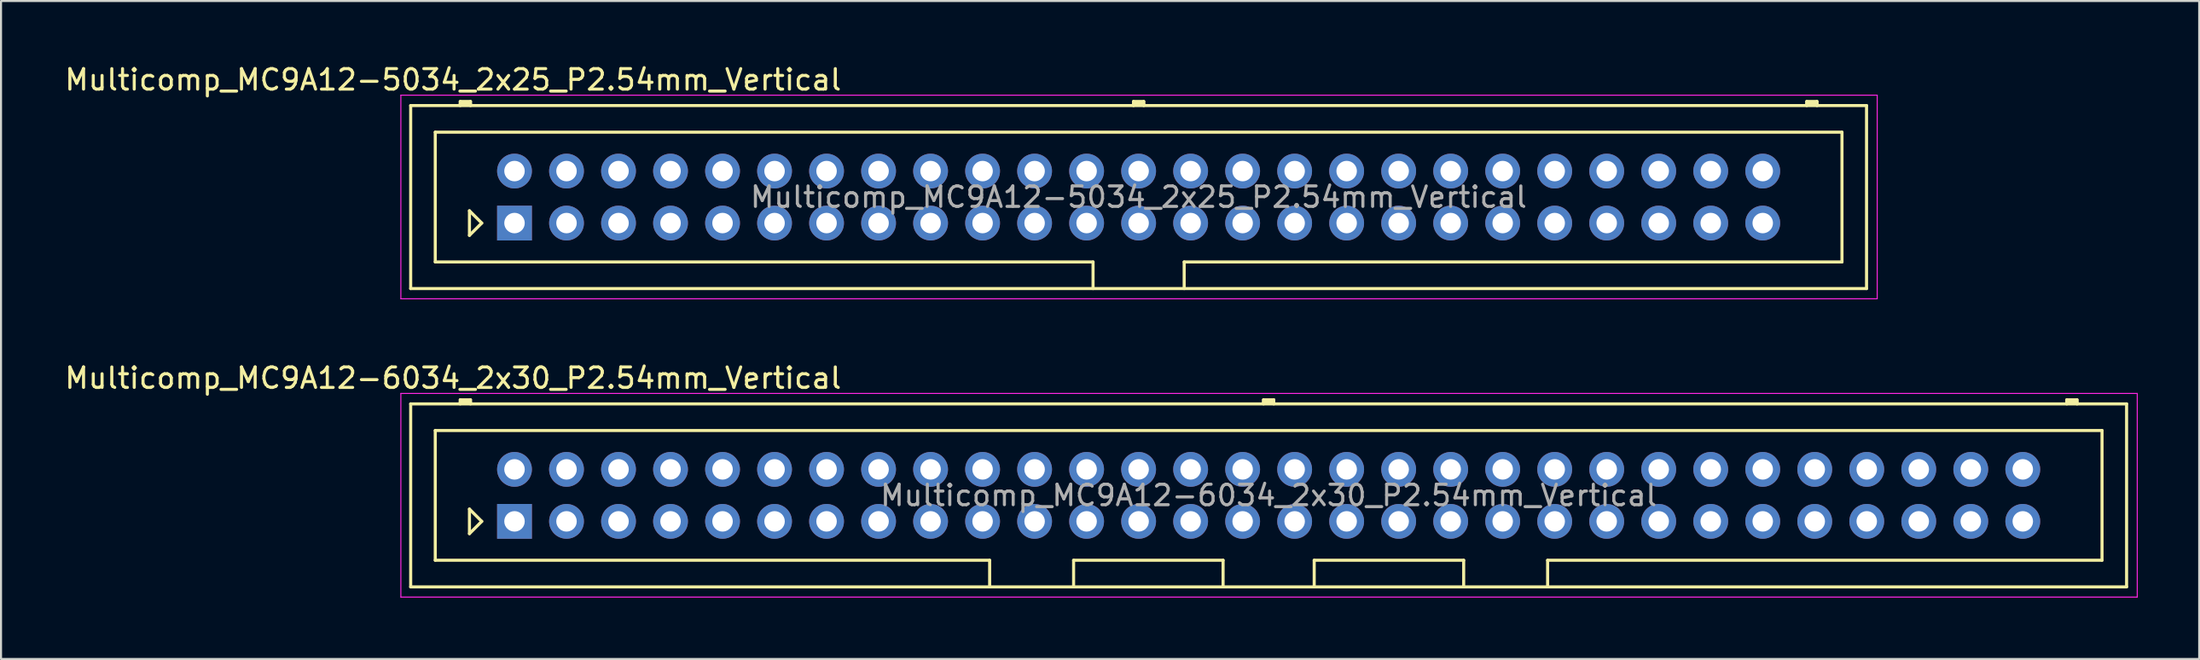
<source format=kicad_pcb>
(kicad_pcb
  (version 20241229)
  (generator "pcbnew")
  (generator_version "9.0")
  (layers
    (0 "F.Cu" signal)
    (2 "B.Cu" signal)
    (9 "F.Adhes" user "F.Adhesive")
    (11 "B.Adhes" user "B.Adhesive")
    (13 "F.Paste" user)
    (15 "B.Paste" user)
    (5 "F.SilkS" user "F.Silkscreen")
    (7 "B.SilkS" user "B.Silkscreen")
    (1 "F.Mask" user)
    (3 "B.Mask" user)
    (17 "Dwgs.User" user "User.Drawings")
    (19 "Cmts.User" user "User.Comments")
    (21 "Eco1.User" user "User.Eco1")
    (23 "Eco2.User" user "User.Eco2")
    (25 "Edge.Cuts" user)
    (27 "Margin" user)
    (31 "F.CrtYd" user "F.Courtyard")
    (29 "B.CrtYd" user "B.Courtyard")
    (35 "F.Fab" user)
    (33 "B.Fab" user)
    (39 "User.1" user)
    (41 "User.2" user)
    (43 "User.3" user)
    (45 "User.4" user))
  (footprint "Multicomp_MC9A12-5034_2x25_P2.54mm_Vertical"
    (layer "F.Cu")
    (at 22.077 7.848)
    (property "Reference" "Multicomp_MC9A12-5034_2x25_P2.54mm_Vertical" (at -3 -7 0) (layer "F.SilkS") (effects (font (size 1 1) (thickness 0.15))))
    (attr through_hole)
    (fp_line (start -5.07 -5.74) (end 66.03 -5.74) (stroke (width 0.15) (type solid)) (layer "F.SilkS"))
    (fp_line (start -5.07 3.2) (end -5.07 -5.74) (stroke (width 0.15) (type solid)) (layer "F.SilkS"))
    (fp_line (start -3.87 -4.44) (end 64.83 -4.44) (stroke (width 0.15) (type solid)) (layer "F.SilkS"))
    (fp_line (start -3.87 1.9) (end -3.87 -4.44) (stroke (width 0.15) (type solid)) (layer "F.SilkS"))
    (fp_line (start -2.65 -5.94) (end -2.15 -5.94) (stroke (width 0.15) (type solid)) (layer "F.SilkS"))
    (fp_line (start -2.65 -5.84) (end -2.15 -5.84) (stroke (width 0.15) (type solid)) (layer "F.SilkS"))
    (fp_line (start -2.65 -5.74) (end -2.65 -5.94) (stroke (width 0.15) (type solid)) (layer "F.SilkS"))
    (fp_line (start -2.2 -0.6) (end -1.6 0) (stroke (width 0.15) (type solid)) (layer "F.SilkS"))
    (fp_line (start -2.2 0.6) (end -2.2 -0.6) (stroke (width 0.15) (type solid)) (layer "F.SilkS"))
    (fp_line (start -2.15 -5.94) (end -2.15 -5.74) (stroke (width 0.15) (type solid)) (layer "F.SilkS"))
    (fp_line (start -1.6 0) (end -2.2 0.6) (stroke (width 0.15) (type solid)) (layer "F.SilkS"))
    (fp_line (start 28.255 1.9) (end -3.87 1.9) (stroke (width 0.15) (type solid)) (layer "F.SilkS"))
    (fp_line (start 28.255 3.2) (end 28.255 1.9) (stroke (width 0.15) (type solid)) (layer "F.SilkS"))
    (fp_line (start 30.23 -5.94) (end 30.73 -5.94) (stroke (width 0.15) (type solid)) (layer "F.SilkS"))
    (fp_line (start 30.23 -5.84) (end 30.73 -5.84) (stroke (width 0.15) (type solid)) (layer "F.SilkS"))
    (fp_line (start 30.23 -5.74) (end 30.23 -5.94) (stroke (width 0.15) (type solid)) (layer "F.SilkS"))
    (fp_line (start 30.73 -5.94) (end 30.73 -5.74) (stroke (width 0.15) (type solid)) (layer "F.SilkS"))
    (fp_line (start 32.705 1.9) (end 32.705 3.2) (stroke (width 0.15) (type solid)) (layer "F.SilkS"))
    (fp_line (start 63.11 -5.94) (end 63.61 -5.94) (stroke (width 0.15) (type solid)) (layer "F.SilkS"))
    (fp_line (start 63.11 -5.84) (end 63.61 -5.84) (stroke (width 0.15) (type solid)) (layer "F.SilkS"))
    (fp_line (start 63.11 -5.74) (end 63.11 -5.94) (stroke (width 0.15) (type solid)) (layer "F.SilkS"))
    (fp_line (start 63.61 -5.94) (end 63.61 -5.74) (stroke (width 0.15) (type solid)) (layer "F.SilkS"))
    (fp_line (start 64.83 -4.44) (end 64.83 1.9) (stroke (width 0.15) (type solid)) (layer "F.SilkS"))
    (fp_line (start 64.83 1.9) (end 32.705 1.9) (stroke (width 0.15) (type solid)) (layer "F.SilkS"))
    (fp_line (start 66.03 -5.74) (end 66.03 3.2) (stroke (width 0.15) (type solid)) (layer "F.SilkS"))
    (fp_line (start 66.03 3.2) (end -5.07 3.2) (stroke (width 0.15) (type solid)) (layer "F.SilkS"))
    (fp_line (start -5.55 -6.25) (end 66.55 -6.25) (stroke (width 0.05) (type solid)) (layer "F.CrtYd"))
    (fp_line (start -5.55 3.7) (end -5.55 -6.25) (stroke (width 0.05) (type solid)) (layer "F.CrtYd"))
    (fp_line (start 66.55 -6.25) (end 66.55 3.7) (stroke (width 0.05) (type solid)) (layer "F.CrtYd"))
    (fp_line (start 66.55 3.7) (end -5.55 3.7) (stroke (width 0.05) (type solid)) (layer "F.CrtYd"))
    (fp_text user "${REFERENCE}" (at 30.48 -1.27 0) (layer "F.Fab") (effects (font (size 1 1) (thickness 0.15))))
    (pad "1" thru_hole rect (at 0 0) (size 1.7 1.7) (drill 1) (layers "*.Cu" "*.Mask"))
    (pad "2" thru_hole circle (at 0 -2.54) (size 1.7 1.7) (drill 1) (layers "*.Cu" "*.Mask"))
    (pad "3" thru_hole circle (at 2.54 0) (size 1.7 1.7) (drill 1) (layers "*.Cu" "*.Mask"))
    (pad "4" thru_hole circle (at 2.54 -2.54) (size 1.7 1.7) (drill 1) (layers "*.Cu" "*.Mask"))
    (pad "5" thru_hole circle (at 5.08 0) (size 1.7 1.7) (drill 1) (layers "*.Cu" "*.Mask"))
    (pad "6" thru_hole circle (at 5.08 -2.54) (size 1.7 1.7) (drill 1) (layers "*.Cu" "*.Mask"))
    (pad "7" thru_hole circle (at 7.62 0) (size 1.7 1.7) (drill 1) (layers "*.Cu" "*.Mask"))
    (pad "8" thru_hole circle (at 7.62 -2.54) (size 1.7 1.7) (drill 1) (layers "*.Cu" "*.Mask"))
    (pad "9" thru_hole circle (at 10.16 0) (size 1.7 1.7) (drill 1) (layers "*.Cu" "*.Mask"))
    (pad "10" thru_hole circle (at 10.16 -2.54) (size 1.7 1.7) (drill 1) (layers "*.Cu" "*.Mask"))
    (pad "11" thru_hole circle (at 12.7 0) (size 1.7 1.7) (drill 1) (layers "*.Cu" "*.Mask"))
    (pad "12" thru_hole circle (at 12.7 -2.54) (size 1.7 1.7) (drill 1) (layers "*.Cu" "*.Mask"))
    (pad "13" thru_hole circle (at 15.24 0) (size 1.7 1.7) (drill 1) (layers "*.Cu" "*.Mask"))
    (pad "14" thru_hole circle (at 15.24 -2.54) (size 1.7 1.7) (drill 1) (layers "*.Cu" "*.Mask"))
    (pad "15" thru_hole circle (at 17.78 0) (size 1.7 1.7) (drill 1) (layers "*.Cu" "*.Mask"))
    (pad "16" thru_hole circle (at 17.78 -2.54) (size 1.7 1.7) (drill 1) (layers "*.Cu" "*.Mask"))
    (pad "17" thru_hole circle (at 20.32 0) (size 1.7 1.7) (drill 1) (layers "*.Cu" "*.Mask"))
    (pad "18" thru_hole circle (at 20.32 -2.54) (size 1.7 1.7) (drill 1) (layers "*.Cu" "*.Mask"))
    (pad "19" thru_hole circle (at 22.86 0) (size 1.7 1.7) (drill 1) (layers "*.Cu" "*.Mask"))
    (pad "20" thru_hole circle (at 22.86 -2.54) (size 1.7 1.7) (drill 1) (layers "*.Cu" "*.Mask"))
    (pad "21" thru_hole circle (at 25.4 0) (size 1.7 1.7) (drill 1) (layers "*.Cu" "*.Mask"))
    (pad "22" thru_hole circle (at 25.4 -2.54) (size 1.7 1.7) (drill 1) (layers "*.Cu" "*.Mask"))
    (pad "23" thru_hole circle (at 27.94 0) (size 1.7 1.7) (drill 1) (layers "*.Cu" "*.Mask"))
    (pad "24" thru_hole circle (at 27.94 -2.54) (size 1.7 1.7) (drill 1) (layers "*.Cu" "*.Mask"))
    (pad "25" thru_hole circle (at 30.48 0) (size 1.7 1.7) (drill 1) (layers "*.Cu" "*.Mask"))
    (pad "26" thru_hole circle (at 30.48 -2.54) (size 1.7 1.7) (drill 1) (layers "*.Cu" "*.Mask"))
    (pad "27" thru_hole circle (at 33.02 0) (size 1.7 1.7) (drill 1) (layers "*.Cu" "*.Mask"))
    (pad "28" thru_hole circle (at 33.02 -2.54) (size 1.7 1.7) (drill 1) (layers "*.Cu" "*.Mask"))
    (pad "29" thru_hole circle (at 35.56 0) (size 1.7 1.7) (drill 1) (layers "*.Cu" "*.Mask"))
    (pad "30" thru_hole circle (at 35.56 -2.54) (size 1.7 1.7) (drill 1) (layers "*.Cu" "*.Mask"))
    (pad "31" thru_hole circle (at 38.1 0) (size 1.7 1.7) (drill 1) (layers "*.Cu" "*.Mask"))
    (pad "32" thru_hole circle (at 38.1 -2.54) (size 1.7 1.7) (drill 1) (layers "*.Cu" "*.Mask"))
    (pad "33" thru_hole circle (at 40.64 0) (size 1.7 1.7) (drill 1) (layers "*.Cu" "*.Mask"))
    (pad "34" thru_hole circle (at 40.64 -2.54) (size 1.7 1.7) (drill 1) (layers "*.Cu" "*.Mask"))
    (pad "35" thru_hole circle (at 43.18 0) (size 1.7 1.7) (drill 1) (layers "*.Cu" "*.Mask"))
    (pad "36" thru_hole circle (at 43.18 -2.54) (size 1.7 1.7) (drill 1) (layers "*.Cu" "*.Mask"))
    (pad "37" thru_hole circle (at 45.72 0) (size 1.7 1.7) (drill 1) (layers "*.Cu" "*.Mask"))
    (pad "38" thru_hole circle (at 45.72 -2.54) (size 1.7 1.7) (drill 1) (layers "*.Cu" "*.Mask"))
    (pad "39" thru_hole circle (at 48.26 0) (size 1.7 1.7) (drill 1) (layers "*.Cu" "*.Mask"))
    (pad "40" thru_hole circle (at 48.26 -2.54) (size 1.7 1.7) (drill 1) (layers "*.Cu" "*.Mask"))
    (pad "41" thru_hole circle (at 50.8 0) (size 1.7 1.7) (drill 1) (layers "*.Cu" "*.Mask"))
    (pad "42" thru_hole circle (at 50.8 -2.54) (size 1.7 1.7) (drill 1) (layers "*.Cu" "*.Mask"))
    (pad "43" thru_hole circle (at 53.34 0) (size 1.7 1.7) (drill 1) (layers "*.Cu" "*.Mask"))
    (pad "44" thru_hole circle (at 53.34 -2.54) (size 1.7 1.7) (drill 1) (layers "*.Cu" "*.Mask"))
    (pad "45" thru_hole circle (at 55.88 0) (size 1.7 1.7) (drill 1) (layers "*.Cu" "*.Mask"))
    (pad "46" thru_hole circle (at 55.88 -2.54) (size 1.7 1.7) (drill 1) (layers "*.Cu" "*.Mask"))
    (pad "47" thru_hole circle (at 58.42 0) (size 1.7 1.7) (drill 1) (layers "*.Cu" "*.Mask"))
    (pad "48" thru_hole circle (at 58.42 -2.54) (size 1.7 1.7) (drill 1) (layers "*.Cu" "*.Mask"))
    (pad "49" thru_hole circle (at 60.96 0) (size 1.7 1.7) (drill 1) (layers "*.Cu" "*.Mask"))
    (pad "50" thru_hole circle (at 60.96 -2.54) (size 1.7 1.7) (drill 1) (layers "*.Cu" "*.Mask")))
  (footprint "Multicomp_MC9A12-6034_2x30_P2.54mm_Vertical"
    (layer "F.Cu")
    (at 22.077 22.422)
    (property "Reference" "Multicomp_MC9A12-6034_2x30_P2.54mm_Vertical" (at -3 -7 0) (layer "F.SilkS") (effects (font (size 1 1) (thickness 0.15))))
    (attr through_hole)
    (fp_line (start -5.07 -5.74) (end 78.73 -5.74) (stroke (width 0.15) (type solid)) (layer "F.SilkS"))
    (fp_line (start -5.07 3.2) (end -5.07 -5.74) (stroke (width 0.15) (type solid)) (layer "F.SilkS"))
    (fp_line (start -3.87 -4.44) (end 77.53 -4.44) (stroke (width 0.15) (type solid)) (layer "F.SilkS"))
    (fp_line (start -3.87 1.9) (end -3.87 -4.44) (stroke (width 0.15) (type solid)) (layer "F.SilkS"))
    (fp_line (start -2.65 -5.94) (end -2.15 -5.94) (stroke (width 0.15) (type solid)) (layer "F.SilkS"))
    (fp_line (start -2.65 -5.84) (end -2.15 -5.84) (stroke (width 0.15) (type solid)) (layer "F.SilkS"))
    (fp_line (start -2.65 -5.74) (end -2.65 -5.94) (stroke (width 0.15) (type solid)) (layer "F.SilkS"))
    (fp_line (start -2.2 -0.6) (end -1.6 0) (stroke (width 0.15) (type solid)) (layer "F.SilkS"))
    (fp_line (start -2.2 0.6) (end -2.2 -0.6) (stroke (width 0.15) (type solid)) (layer "F.SilkS"))
    (fp_line (start -2.15 -5.94) (end -2.15 -5.74) (stroke (width 0.15) (type solid)) (layer "F.SilkS"))
    (fp_line (start -1.6 0) (end -2.2 0.6) (stroke (width 0.15) (type solid)) (layer "F.SilkS"))
    (fp_line (start 23.205 1.9) (end -3.87 1.9) (stroke (width 0.15) (type solid)) (layer "F.SilkS"))
    (fp_line (start 23.205 3.2) (end 23.205 1.9) (stroke (width 0.15) (type solid)) (layer "F.SilkS"))
    (fp_line (start 27.305 1.9) (end 34.605 1.9) (stroke (width 0.15) (type solid)) (layer "F.SilkS"))
    (fp_line (start 27.305 3.2) (end 27.305 1.9) (stroke (width 0.15) (type solid)) (layer "F.SilkS"))
    (fp_line (start 34.605 1.9) (end 34.605 3.2) (stroke (width 0.15) (type solid)) (layer "F.SilkS"))
    (fp_line (start 36.58 -5.94) (end 37.08 -5.94) (stroke (width 0.15) (type solid)) (layer "F.SilkS"))
    (fp_line (start 36.58 -5.84) (end 37.08 -5.84) (stroke (width 0.15) (type solid)) (layer "F.SilkS"))
    (fp_line (start 36.58 -5.74) (end 36.58 -5.94) (stroke (width 0.15) (type solid)) (layer "F.SilkS"))
    (fp_line (start 37.08 -5.94) (end 37.08 -5.74) (stroke (width 0.15) (type solid)) (layer "F.SilkS"))
    (fp_line (start 39.055 1.9) (end 39.055 3.2) (stroke (width 0.15) (type solid)) (layer "F.SilkS"))
    (fp_line (start 46.355 1.9) (end 39.055 1.9) (stroke (width 0.15) (type solid)) (layer "F.SilkS"))
    (fp_line (start 46.355 3.2) (end 46.355 1.9) (stroke (width 0.15) (type solid)) (layer "F.SilkS"))
    (fp_line (start 50.455 1.9) (end 50.455 3.2) (stroke (width 0.15) (type solid)) (layer "F.SilkS"))
    (fp_line (start 75.81 -5.94) (end 76.31 -5.94) (stroke (width 0.15) (type solid)) (layer "F.SilkS"))
    (fp_line (start 75.81 -5.84) (end 76.31 -5.84) (stroke (width 0.15) (type solid)) (layer "F.SilkS"))
    (fp_line (start 75.81 -5.74) (end 75.81 -5.94) (stroke (width 0.15) (type solid)) (layer "F.SilkS"))
    (fp_line (start 76.31 -5.94) (end 76.31 -5.74) (stroke (width 0.15) (type solid)) (layer "F.SilkS"))
    (fp_line (start 77.53 -4.44) (end 77.53 1.9) (stroke (width 0.15) (type solid)) (layer "F.SilkS"))
    (fp_line (start 77.53 1.9) (end 50.455 1.9) (stroke (width 0.15) (type solid)) (layer "F.SilkS"))
    (fp_line (start 78.73 -5.74) (end 78.73 3.2) (stroke (width 0.15) (type solid)) (layer "F.SilkS"))
    (fp_line (start 78.73 3.2) (end -5.07 3.2) (stroke (width 0.15) (type solid)) (layer "F.SilkS"))
    (fp_line (start -5.55 -6.25) (end 79.25 -6.25) (stroke (width 0.05) (type solid)) (layer "F.CrtYd"))
    (fp_line (start -5.55 3.7) (end -5.55 -6.25) (stroke (width 0.05) (type solid)) (layer "F.CrtYd"))
    (fp_line (start 79.25 -6.25) (end 79.25 3.7) (stroke (width 0.05) (type solid)) (layer "F.CrtYd"))
    (fp_line (start 79.25 3.7) (end -5.55 3.7) (stroke (width 0.05) (type solid)) (layer "F.CrtYd"))
    (fp_text user "${REFERENCE}" (at 36.83 -1.27 0) (layer "F.Fab") (effects (font (size 1 1) (thickness 0.15))))
    (pad "1" thru_hole rect (at 0 0) (size 1.7 1.7) (drill 1) (layers "*.Cu" "*.Mask"))
    (pad "2" thru_hole circle (at 0 -2.54) (size 1.7 1.7) (drill 1) (layers "*.Cu" "*.Mask"))
    (pad "3" thru_hole circle (at 2.54 0) (size 1.7 1.7) (drill 1) (layers "*.Cu" "*.Mask"))
    (pad "4" thru_hole circle (at 2.54 -2.54) (size 1.7 1.7) (drill 1) (layers "*.Cu" "*.Mask"))
    (pad "5" thru_hole circle (at 5.08 0) (size 1.7 1.7) (drill 1) (layers "*.Cu" "*.Mask"))
    (pad "6" thru_hole circle (at 5.08 -2.54) (size 1.7 1.7) (drill 1) (layers "*.Cu" "*.Mask"))
    (pad "7" thru_hole circle (at 7.62 0) (size 1.7 1.7) (drill 1) (layers "*.Cu" "*.Mask"))
    (pad "8" thru_hole circle (at 7.62 -2.54) (size 1.7 1.7) (drill 1) (layers "*.Cu" "*.Mask"))
    (pad "9" thru_hole circle (at 10.16 0) (size 1.7 1.7) (drill 1) (layers "*.Cu" "*.Mask"))
    (pad "10" thru_hole circle (at 10.16 -2.54) (size 1.7 1.7) (drill 1) (layers "*.Cu" "*.Mask"))
    (pad "11" thru_hole circle (at 12.7 0) (size 1.7 1.7) (drill 1) (layers "*.Cu" "*.Mask"))
    (pad "12" thru_hole circle (at 12.7 -2.54) (size 1.7 1.7) (drill 1) (layers "*.Cu" "*.Mask"))
    (pad "13" thru_hole circle (at 15.24 0) (size 1.7 1.7) (drill 1) (layers "*.Cu" "*.Mask"))
    (pad "14" thru_hole circle (at 15.24 -2.54) (size 1.7 1.7) (drill 1) (layers "*.Cu" "*.Mask"))
    (pad "15" thru_hole circle (at 17.78 0) (size 1.7 1.7) (drill 1) (layers "*.Cu" "*.Mask"))
    (pad "16" thru_hole circle (at 17.78 -2.54) (size 1.7 1.7) (drill 1) (layers "*.Cu" "*.Mask"))
    (pad "17" thru_hole circle (at 20.32 0) (size 1.7 1.7) (drill 1) (layers "*.Cu" "*.Mask"))
    (pad "18" thru_hole circle (at 20.32 -2.54) (size 1.7 1.7) (drill 1) (layers "*.Cu" "*.Mask"))
    (pad "19" thru_hole circle (at 22.86 0) (size 1.7 1.7) (drill 1) (layers "*.Cu" "*.Mask"))
    (pad "20" thru_hole circle (at 22.86 -2.54) (size 1.7 1.7) (drill 1) (layers "*.Cu" "*.Mask"))
    (pad "21" thru_hole circle (at 25.4 0) (size 1.7 1.7) (drill 1) (layers "*.Cu" "*.Mask"))
    (pad "22" thru_hole circle (at 25.4 -2.54) (size 1.7 1.7) (drill 1) (layers "*.Cu" "*.Mask"))
    (pad "23" thru_hole circle (at 27.94 0) (size 1.7 1.7) (drill 1) (layers "*.Cu" "*.Mask"))
    (pad "24" thru_hole circle (at 27.94 -2.54) (size 1.7 1.7) (drill 1) (layers "*.Cu" "*.Mask"))
    (pad "25" thru_hole circle (at 30.48 0) (size 1.7 1.7) (drill 1) (layers "*.Cu" "*.Mask"))
    (pad "26" thru_hole circle (at 30.48 -2.54) (size 1.7 1.7) (drill 1) (layers "*.Cu" "*.Mask"))
    (pad "27" thru_hole circle (at 33.02 0) (size 1.7 1.7) (drill 1) (layers "*.Cu" "*.Mask"))
    (pad "28" thru_hole circle (at 33.02 -2.54) (size 1.7 1.7) (drill 1) (layers "*.Cu" "*.Mask"))
    (pad "29" thru_hole circle (at 35.56 0) (size 1.7 1.7) (drill 1) (layers "*.Cu" "*.Mask"))
    (pad "30" thru_hole circle (at 35.56 -2.54) (size 1.7 1.7) (drill 1) (layers "*.Cu" "*.Mask"))
    (pad "31" thru_hole circle (at 38.1 0) (size 1.7 1.7) (drill 1) (layers "*.Cu" "*.Mask"))
    (pad "32" thru_hole circle (at 38.1 -2.54) (size 1.7 1.7) (drill 1) (layers "*.Cu" "*.Mask"))
    (pad "33" thru_hole circle (at 40.64 0) (size 1.7 1.7) (drill 1) (layers "*.Cu" "*.Mask"))
    (pad "34" thru_hole circle (at 40.64 -2.54) (size 1.7 1.7) (drill 1) (layers "*.Cu" "*.Mask"))
    (pad "35" thru_hole circle (at 43.18 0) (size 1.7 1.7) (drill 1) (layers "*.Cu" "*.Mask"))
    (pad "36" thru_hole circle (at 43.18 -2.54) (size 1.7 1.7) (drill 1) (layers "*.Cu" "*.Mask"))
    (pad "37" thru_hole circle (at 45.72 0) (size 1.7 1.7) (drill 1) (layers "*.Cu" "*.Mask"))
    (pad "38" thru_hole circle (at 45.72 -2.54) (size 1.7 1.7) (drill 1) (layers "*.Cu" "*.Mask"))
    (pad "39" thru_hole circle (at 48.26 0) (size 1.7 1.7) (drill 1) (layers "*.Cu" "*.Mask"))
    (pad "40" thru_hole circle (at 48.26 -2.54) (size 1.7 1.7) (drill 1) (layers "*.Cu" "*.Mask"))
    (pad "41" thru_hole circle (at 50.8 0) (size 1.7 1.7) (drill 1) (layers "*.Cu" "*.Mask"))
    (pad "42" thru_hole circle (at 50.8 -2.54) (size 1.7 1.7) (drill 1) (layers "*.Cu" "*.Mask"))
    (pad "43" thru_hole circle (at 53.34 0) (size 1.7 1.7) (drill 1) (layers "*.Cu" "*.Mask"))
    (pad "44" thru_hole circle (at 53.34 -2.54) (size 1.7 1.7) (drill 1) (layers "*.Cu" "*.Mask"))
    (pad "45" thru_hole circle (at 55.88 0) (size 1.7 1.7) (drill 1) (layers "*.Cu" "*.Mask"))
    (pad "46" thru_hole circle (at 55.88 -2.54) (size 1.7 1.7) (drill 1) (layers "*.Cu" "*.Mask"))
    (pad "47" thru_hole circle (at 58.42 0) (size 1.7 1.7) (drill 1) (layers "*.Cu" "*.Mask"))
    (pad "48" thru_hole circle (at 58.42 -2.54) (size 1.7 1.7) (drill 1) (layers "*.Cu" "*.Mask"))
    (pad "49" thru_hole circle (at 60.96 0) (size 1.7 1.7) (drill 1) (layers "*.Cu" "*.Mask"))
    (pad "50" thru_hole circle (at 60.96 -2.54) (size 1.7 1.7) (drill 1) (layers "*.Cu" "*.Mask"))
    (pad "51" thru_hole circle (at 63.5 0) (size 1.7 1.7) (drill 1) (layers "*.Cu" "*.Mask"))
    (pad "52" thru_hole circle (at 63.5 -2.54) (size 1.7 1.7) (drill 1) (layers "*.Cu" "*.Mask"))
    (pad "53" thru_hole circle (at 66.04 0) (size 1.7 1.7) (drill 1) (layers "*.Cu" "*.Mask"))
    (pad "54" thru_hole circle (at 66.04 -2.54) (size 1.7 1.7) (drill 1) (layers "*.Cu" "*.Mask"))
    (pad "55" thru_hole circle (at 68.58 0) (size 1.7 1.7) (drill 1) (layers "*.Cu" "*.Mask"))
    (pad "56" thru_hole circle (at 68.58 -2.54) (size 1.7 1.7) (drill 1) (layers "*.Cu" "*.Mask"))
    (pad "57" thru_hole circle (at 71.12 0) (size 1.7 1.7) (drill 1) (layers "*.Cu" "*.Mask"))
    (pad "58" thru_hole circle (at 71.12 -2.54) (size 1.7 1.7) (drill 1) (layers "*.Cu" "*.Mask"))
    (pad "59" thru_hole circle (at 73.66 0) (size 1.7 1.7) (drill 1) (layers "*.Cu" "*.Mask"))
    (pad "60" thru_hole circle (at 73.66 -2.54) (size 1.7 1.7) (drill 1) (layers "*.Cu" "*.Mask")))
  (gr_rect
    (start -3 -3)
    (end 104.352 29.146)
    (stroke (width 0.1) (type default))
    (fill no)
    (layer "Edge.Cuts")))
</source>
